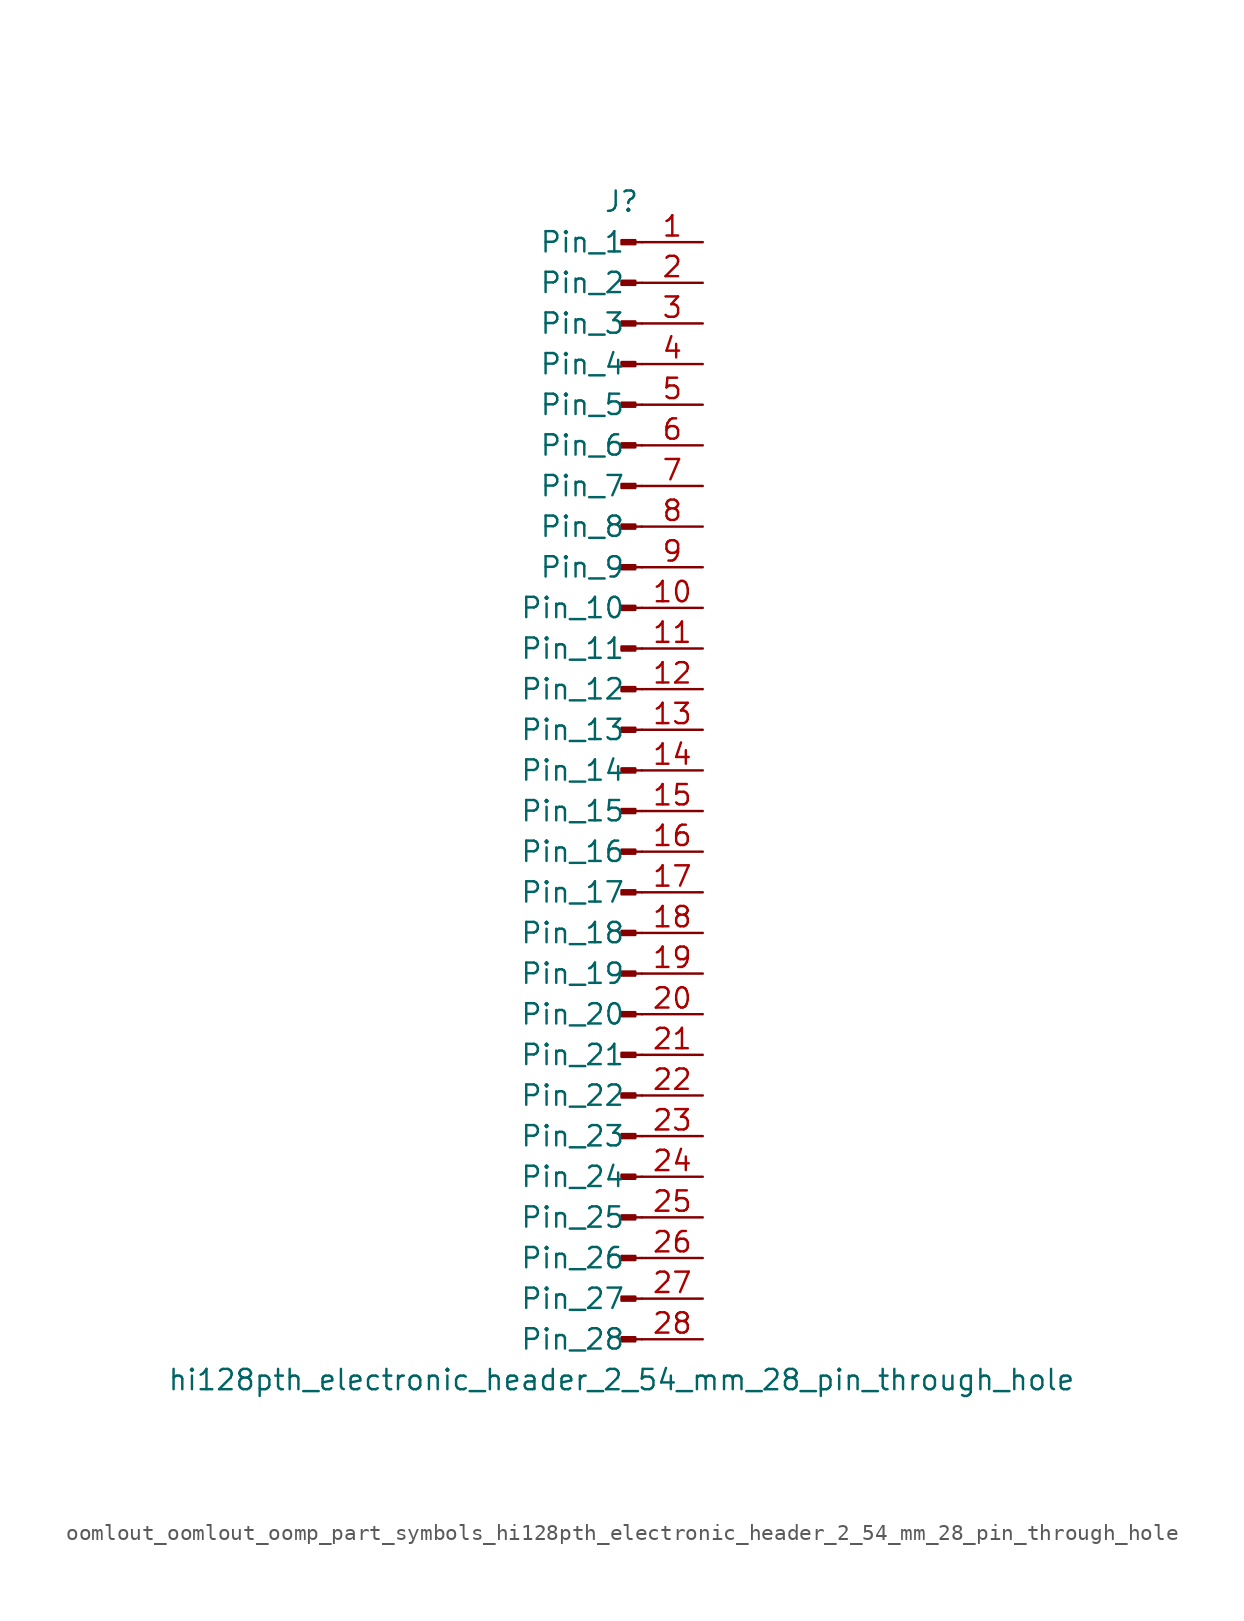
<source format=kicad_sym>
(kicad_symbol_lib
  (version 20220914)
  (generator kicad_symbol_editor)
  (symbol "oomlout_oomlout_oomp_part_symbols_hi128pth_electronic_header_2_54_mm_28_pin_through_hole"
    (pin_names
      (offset 1.016))
    (property "Reference" "J"
      (at 0 35.56 0)
      (effects (font (size 1.27 1.27))))
    (property "Value" "hi128pth_electronic_header_2_54_mm_28_pin_through_hole"
      (at 0 -38.1 0)
      (effects (font (size 1.27 1.27))))
    (property "ki_locked" ""
      (at 0 0 0)
      (effects (font (size 1.27 1.27))))
    (symbol "oomlout_oomlout_oomp_part_symbols_hi128pth_electronic_header_2_54_mm_28_pin_through_hole_1_1"
      (polyline (pts (xy 1.27 -35.56) (xy 0.864 -35.56)) (stroke (width 0.152) (type default)) (fill (type none)))
      (polyline (pts (xy 1.27 -33.02) (xy 0.864 -33.02)) (stroke (width 0.152) (type default)) (fill (type none)))
      (polyline (pts (xy 1.27 -30.48) (xy 0.864 -30.48)) (stroke (width 0.152) (type default)) (fill (type none)))
      (polyline (pts (xy 1.27 -27.94) (xy 0.864 -27.94)) (stroke (width 0.152) (type default)) (fill (type none)))
      (polyline (pts (xy 1.27 -25.4) (xy 0.864 -25.4)) (stroke (width 0.152) (type default)) (fill (type none)))
      (polyline (pts (xy 1.27 -22.86) (xy 0.864 -22.86)) (stroke (width 0.152) (type default)) (fill (type none)))
      (polyline (pts (xy 1.27 -20.32) (xy 0.864 -20.32)) (stroke (width 0.152) (type default)) (fill (type none)))
      (polyline (pts (xy 1.27 -17.78) (xy 0.864 -17.78)) (stroke (width 0.152) (type default)) (fill (type none)))
      (polyline (pts (xy 1.27 -15.24) (xy 0.864 -15.24)) (stroke (width 0.152) (type default)) (fill (type none)))
      (polyline (pts (xy 1.27 -12.7) (xy 0.864 -12.7)) (stroke (width 0.152) (type default)) (fill (type none)))
      (polyline (pts (xy 1.27 -10.16) (xy 0.864 -10.16)) (stroke (width 0.152) (type default)) (fill (type none)))
      (polyline (pts (xy 1.27 -7.62) (xy 0.864 -7.62)) (stroke (width 0.152) (type default)) (fill (type none)))
      (polyline (pts (xy 1.27 -5.08) (xy 0.864 -5.08)) (stroke (width 0.152) (type default)) (fill (type none)))
      (polyline (pts (xy 1.27 -2.54) (xy 0.864 -2.54)) (stroke (width 0.152) (type default)) (fill (type none)))
      (polyline (pts (xy 1.27 0) (xy 0.864 0)) (stroke (width 0.152) (type default)) (fill (type none)))
      (polyline (pts (xy 1.27 2.54) (xy 0.864 2.54)) (stroke (width 0.152) (type default)) (fill (type none)))
      (polyline (pts (xy 1.27 5.08) (xy 0.864 5.08)) (stroke (width 0.152) (type default)) (fill (type none)))
      (polyline (pts (xy 1.27 7.62) (xy 0.864 7.62)) (stroke (width 0.152) (type default)) (fill (type none)))
      (polyline (pts (xy 1.27 10.16) (xy 0.864 10.16)) (stroke (width 0.152) (type default)) (fill (type none)))
      (polyline (pts (xy 1.27 12.7) (xy 0.864 12.7)) (stroke (width 0.152) (type default)) (fill (type none)))
      (polyline (pts (xy 1.27 15.24) (xy 0.864 15.24)) (stroke (width 0.152) (type default)) (fill (type none)))
      (polyline (pts (xy 1.27 17.78) (xy 0.864 17.78)) (stroke (width 0.152) (type default)) (fill (type none)))
      (polyline (pts (xy 1.27 20.32) (xy 0.864 20.32)) (stroke (width 0.152) (type default)) (fill (type none)))
      (polyline (pts (xy 1.27 22.86) (xy 0.864 22.86)) (stroke (width 0.152) (type default)) (fill (type none)))
      (polyline (pts (xy 1.27 25.4) (xy 0.864 25.4)) (stroke (width 0.152) (type default)) (fill (type none)))
      (polyline (pts (xy 1.27 27.94) (xy 0.864 27.94)) (stroke (width 0.152) (type default)) (fill (type none)))
      (polyline (pts (xy 1.27 30.48) (xy 0.864 30.48)) (stroke (width 0.152) (type default)) (fill (type none)))
      (polyline (pts (xy 1.27 33.02) (xy 0.864 33.02)) (stroke (width 0.152) (type default)) (fill (type none)))
      (rectangle (start 0.864 -35.433) (end 0 -35.687) (stroke (width 0.152) (type default)) (fill (type outline)))
      (rectangle (start 0.864 -32.893) (end 0 -33.147) (stroke (width 0.152) (type default)) (fill (type outline)))
      (rectangle (start 0.864 -30.353) (end 0 -30.607) (stroke (width 0.152) (type default)) (fill (type outline)))
      (rectangle (start 0.864 -27.813) (end 0 -28.067) (stroke (width 0.152) (type default)) (fill (type outline)))
      (rectangle (start 0.864 -25.273) (end 0 -25.527) (stroke (width 0.152) (type default)) (fill (type outline)))
      (rectangle (start 0.864 -22.733) (end 0 -22.987) (stroke (width 0.152) (type default)) (fill (type outline)))
      (rectangle (start 0.864 -20.193) (end 0 -20.447) (stroke (width 0.152) (type default)) (fill (type outline)))
      (rectangle (start 0.864 -17.653) (end 0 -17.907) (stroke (width 0.152) (type default)) (fill (type outline)))
      (rectangle (start 0.864 -15.113) (end 0 -15.367) (stroke (width 0.152) (type default)) (fill (type outline)))
      (rectangle (start 0.864 -12.573) (end 0 -12.827) (stroke (width 0.152) (type default)) (fill (type outline)))
      (rectangle (start 0.864 -10.033) (end 0 -10.287) (stroke (width 0.152) (type default)) (fill (type outline)))
      (rectangle (start 0.864 -7.493) (end 0 -7.747) (stroke (width 0.152) (type default)) (fill (type outline)))
      (rectangle (start 0.864 -4.953) (end 0 -5.207) (stroke (width 0.152) (type default)) (fill (type outline)))
      (rectangle (start 0.864 -2.413) (end 0 -2.667) (stroke (width 0.152) (type default)) (fill (type outline)))
      (rectangle (start 0.864 0.127) (end 0 -0.127) (stroke (width 0.152) (type default)) (fill (type outline)))
      (rectangle (start 0.864 2.667) (end 0 2.413) (stroke (width 0.152) (type default)) (fill (type outline)))
      (rectangle (start 0.864 5.207) (end 0 4.953) (stroke (width 0.152) (type default)) (fill (type outline)))
      (rectangle (start 0.864 7.747) (end 0 7.493) (stroke (width 0.152) (type default)) (fill (type outline)))
      (rectangle (start 0.864 10.287) (end 0 10.033) (stroke (width 0.152) (type default)) (fill (type outline)))
      (rectangle (start 0.864 12.827) (end 0 12.573) (stroke (width 0.152) (type default)) (fill (type outline)))
      (rectangle (start 0.864 15.367) (end 0 15.113) (stroke (width 0.152) (type default)) (fill (type outline)))
      (rectangle (start 0.864 17.907) (end 0 17.653) (stroke (width 0.152) (type default)) (fill (type outline)))
      (rectangle (start 0.864 20.447) (end 0 20.193) (stroke (width 0.152) (type default)) (fill (type outline)))
      (rectangle (start 0.864 22.987) (end 0 22.733) (stroke (width 0.152) (type default)) (fill (type outline)))
      (rectangle (start 0.864 25.527) (end 0 25.273) (stroke (width 0.152) (type default)) (fill (type outline)))
      (rectangle (start 0.864 28.067) (end 0 27.813) (stroke (width 0.152) (type default)) (fill (type outline)))
      (rectangle (start 0.864 30.607) (end 0 30.353) (stroke (width 0.152) (type default)) (fill (type outline)))
      (rectangle (start 0.864 33.147) (end 0 32.893) (stroke (width 0.152) (type default)) (fill (type outline)))
      (pin passive line (at 5.08 33.02 180) (length 3.81) (name "Pin_1" (effects (font (size 1.27 1.27)))) (number "1" (effects (font (size 1.27 1.27)))))
      (pin passive line (at 5.08 10.16 180) (length 3.81) (name "Pin_10" (effects (font (size 1.27 1.27)))) (number "10" (effects (font (size 1.27 1.27)))))
      (pin passive line (at 5.08 7.62 180) (length 3.81) (name "Pin_11" (effects (font (size 1.27 1.27)))) (number "11" (effects (font (size 1.27 1.27)))))
      (pin passive line (at 5.08 5.08 180) (length 3.81) (name "Pin_12" (effects (font (size 1.27 1.27)))) (number "12" (effects (font (size 1.27 1.27)))))
      (pin passive line (at 5.08 2.54 180) (length 3.81) (name "Pin_13" (effects (font (size 1.27 1.27)))) (number "13" (effects (font (size 1.27 1.27)))))
      (pin passive line (at 5.08 0 180) (length 3.81) (name "Pin_14" (effects (font (size 1.27 1.27)))) (number "14" (effects (font (size 1.27 1.27)))))
      (pin passive line (at 5.08 -2.54 180) (length 3.81) (name "Pin_15" (effects (font (size 1.27 1.27)))) (number "15" (effects (font (size 1.27 1.27)))))
      (pin passive line (at 5.08 -5.08 180) (length 3.81) (name "Pin_16" (effects (font (size 1.27 1.27)))) (number "16" (effects (font (size 1.27 1.27)))))
      (pin passive line (at 5.08 -7.62 180) (length 3.81) (name "Pin_17" (effects (font (size 1.27 1.27)))) (number "17" (effects (font (size 1.27 1.27)))))
      (pin passive line (at 5.08 -10.16 180) (length 3.81) (name "Pin_18" (effects (font (size 1.27 1.27)))) (number "18" (effects (font (size 1.27 1.27)))))
      (pin passive line (at 5.08 -12.7 180) (length 3.81) (name "Pin_19" (effects (font (size 1.27 1.27)))) (number "19" (effects (font (size 1.27 1.27)))))
      (pin passive line (at 5.08 30.48 180) (length 3.81) (name "Pin_2" (effects (font (size 1.27 1.27)))) (number "2" (effects (font (size 1.27 1.27)))))
      (pin passive line (at 5.08 -15.24 180) (length 3.81) (name "Pin_20" (effects (font (size 1.27 1.27)))) (number "20" (effects (font (size 1.27 1.27)))))
      (pin passive line (at 5.08 -17.78 180) (length 3.81) (name "Pin_21" (effects (font (size 1.27 1.27)))) (number "21" (effects (font (size 1.27 1.27)))))
      (pin passive line (at 5.08 -20.32 180) (length 3.81) (name "Pin_22" (effects (font (size 1.27 1.27)))) (number "22" (effects (font (size 1.27 1.27)))))
      (pin passive line (at 5.08 -22.86 180) (length 3.81) (name "Pin_23" (effects (font (size 1.27 1.27)))) (number "23" (effects (font (size 1.27 1.27)))))
      (pin passive line (at 5.08 -25.4 180) (length 3.81) (name "Pin_24" (effects (font (size 1.27 1.27)))) (number "24" (effects (font (size 1.27 1.27)))))
      (pin passive line (at 5.08 -27.94 180) (length 3.81) (name "Pin_25" (effects (font (size 1.27 1.27)))) (number "25" (effects (font (size 1.27 1.27)))))
      (pin passive line (at 5.08 -30.48 180) (length 3.81) (name "Pin_26" (effects (font (size 1.27 1.27)))) (number "26" (effects (font (size 1.27 1.27)))))
      (pin passive line (at 5.08 -33.02 180) (length 3.81) (name "Pin_27" (effects (font (size 1.27 1.27)))) (number "27" (effects (font (size 1.27 1.27)))))
      (pin passive line (at 5.08 -35.56 180) (length 3.81) (name "Pin_28" (effects (font (size 1.27 1.27)))) (number "28" (effects (font (size 1.27 1.27)))))
      (pin passive line (at 5.08 27.94 180) (length 3.81) (name "Pin_3" (effects (font (size 1.27 1.27)))) (number "3" (effects (font (size 1.27 1.27)))))
      (pin passive line (at 5.08 25.4 180) (length 3.81) (name "Pin_4" (effects (font (size 1.27 1.27)))) (number "4" (effects (font (size 1.27 1.27)))))
      (pin passive line (at 5.08 22.86 180) (length 3.81) (name "Pin_5" (effects (font (size 1.27 1.27)))) (number "5" (effects (font (size 1.27 1.27)))))
      (pin passive line (at 5.08 20.32 180) (length 3.81) (name "Pin_6" (effects (font (size 1.27 1.27)))) (number "6" (effects (font (size 1.27 1.27)))))
      (pin passive line (at 5.08 17.78 180) (length 3.81) (name "Pin_7" (effects (font (size 1.27 1.27)))) (number "7" (effects (font (size 1.27 1.27)))))
      (pin passive line (at 5.08 15.24 180) (length 3.81) (name "Pin_8" (effects (font (size 1.27 1.27)))) (number "8" (effects (font (size 1.27 1.27)))))
      (pin passive line (at 5.08 12.7 180) (length 3.81) (name "Pin_9" (effects (font (size 1.27 1.27)))) (number "9" (effects (font (size 1.27 1.27))))))))
</source>
